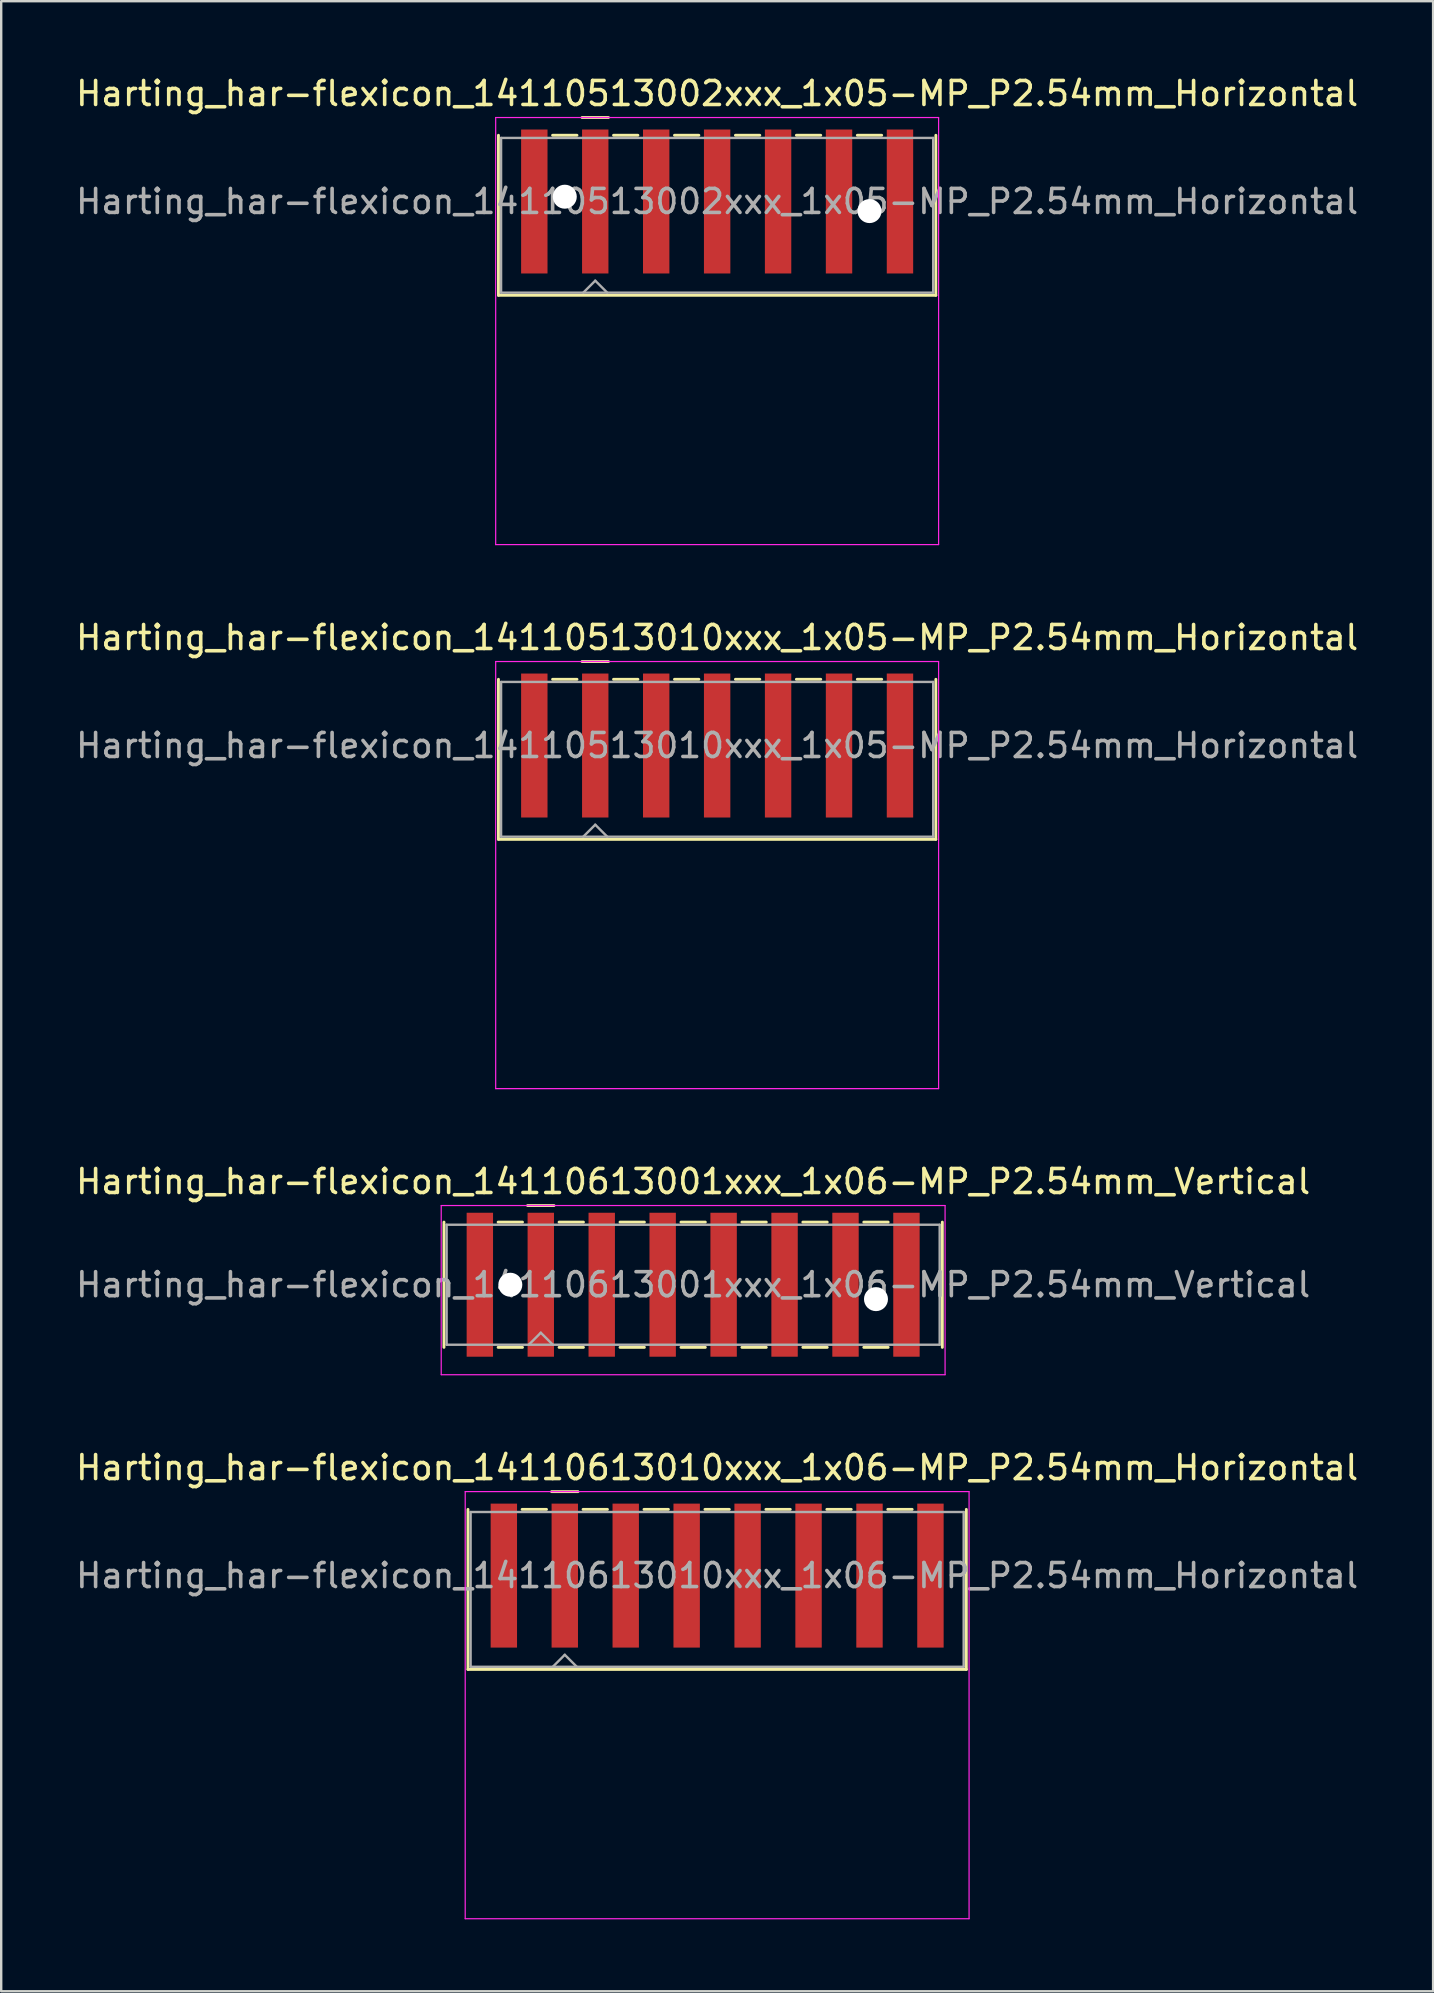
<source format=kicad_pcb>
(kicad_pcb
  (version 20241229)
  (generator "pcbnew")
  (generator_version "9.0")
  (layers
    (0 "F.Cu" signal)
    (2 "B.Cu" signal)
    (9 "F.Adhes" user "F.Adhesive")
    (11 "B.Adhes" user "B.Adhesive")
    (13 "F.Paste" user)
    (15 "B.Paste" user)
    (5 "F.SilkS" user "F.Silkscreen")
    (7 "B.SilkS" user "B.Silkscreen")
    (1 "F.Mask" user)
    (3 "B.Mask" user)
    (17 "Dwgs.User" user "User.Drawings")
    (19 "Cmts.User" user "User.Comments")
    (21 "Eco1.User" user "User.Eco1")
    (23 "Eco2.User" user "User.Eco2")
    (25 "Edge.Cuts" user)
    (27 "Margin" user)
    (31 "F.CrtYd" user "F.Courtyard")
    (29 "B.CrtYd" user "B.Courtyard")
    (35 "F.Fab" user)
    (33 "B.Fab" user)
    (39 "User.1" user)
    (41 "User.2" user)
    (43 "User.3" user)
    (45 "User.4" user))
  (footprint "Harting_har-flexicon_14110613010xxx_1x06-MP_P2.54mm_Horizontal"
    (layer "F.Cu")
    (at 26.839 63.918)
    (property "Reference" "Harting_har-flexicon_14110613010xxx_1x06-MP_P2.54mm_Horizontal" (at 0 -5.8 0) (layer "F.SilkS") (effects (font (size 1 1) (thickness 0.15))))
    (attr smd)
    (fp_line (start -10.385 -4.06) (end -10.385 2.61) (stroke (width 0.12) (type solid)) (layer "F.SilkS"))
    (fp_line (start -8.128 -4.06) (end -7.112 -4.06) (stroke (width 0.12) (type solid)) (layer "F.SilkS"))
    (fp_line (start -6.9 -4.8) (end -5.8 -4.8) (stroke (width 0.12) (type solid)) (layer "F.SilkS"))
    (fp_line (start -5.588 -4.06) (end -4.572 -4.06) (stroke (width 0.12) (type solid)) (layer "F.SilkS"))
    (fp_line (start -3.048 -4.06) (end -2.032 -4.06) (stroke (width 0.12) (type solid)) (layer "F.SilkS"))
    (fp_line (start -0.508 -4.06) (end 0.508 -4.06) (stroke (width 0.12) (type solid)) (layer "F.SilkS"))
    (fp_line (start 2.032 -4.06) (end 3.048 -4.06) (stroke (width 0.12) (type solid)) (layer "F.SilkS"))
    (fp_line (start 4.572 -4.06) (end 5.588 -4.06) (stroke (width 0.12) (type solid)) (layer "F.SilkS"))
    (fp_line (start 7.112 -4.06) (end 8.128 -4.06) (stroke (width 0.12) (type solid)) (layer "F.SilkS"))
    (fp_line (start 10.385 -4.06) (end 10.385 2.61) (stroke (width 0.12) (type solid)) (layer "F.SilkS"))
    (fp_line (start 10.385 2.61) (end -10.385 2.61) (stroke (width 0.12) (type solid)) (layer "F.SilkS"))
    (fp_line (start -10.5 -4.8) (end -10.5 13) (stroke (width 0.05) (type solid)) (layer "F.CrtYd"))
    (fp_line (start -10.5 13) (end 10.5 13) (stroke (width 0.05) (type solid)) (layer "F.CrtYd"))
    (fp_line (start 10.5 -4.8) (end -10.5 -4.8) (stroke (width 0.05) (type solid)) (layer "F.CrtYd"))
    (fp_line (start 10.5 13) (end 10.5 -4.8) (stroke (width 0.05) (type solid)) (layer "F.CrtYd"))
    (fp_line (start -10.275 -3.95) (end -10.275 2.5) (stroke (width 0.1) (type solid)) (layer "F.Fab"))
    (fp_line (start -10.275 2.5) (end 10.275 2.5) (stroke (width 0.1) (type solid)) (layer "F.Fab"))
    (fp_line (start -6.85 2.5) (end -6.35 2) (stroke (width 0.1) (type solid)) (layer "F.Fab"))
    (fp_line (start -6.35 2) (end -5.85 2.5) (stroke (width 0.1) (type solid)) (layer "F.Fab"))
    (fp_line (start 10.275 -3.95) (end -10.275 -3.95) (stroke (width 0.1) (type solid)) (layer "F.Fab"))
    (fp_line (start 10.275 2.5) (end 10.275 -3.95) (stroke (width 0.1) (type solid)) (layer "F.Fab"))
    (fp_text user "${REFERENCE}" (at 0 -1.3 0) (layer "F.Fab") (effects (font (size 1 1) (thickness 0.15))))
    (pad "1" smd rect (at -6.35 -1.3) (size 1.1 6) (layers "F.Cu" "F.Mask" "F.Paste"))
    (pad "2" smd rect (at -3.81 -1.3) (size 1.1 6) (layers "F.Cu" "F.Mask" "F.Paste"))
    (pad "3" smd rect (at -1.27 -1.3) (size 1.1 6) (layers "F.Cu" "F.Mask" "F.Paste"))
    (pad "4" smd rect (at 1.27 -1.3) (size 1.1 6) (layers "F.Cu" "F.Mask" "F.Paste"))
    (pad "5" smd rect (at 3.81 -1.3) (size 1.1 6) (layers "F.Cu" "F.Mask" "F.Paste"))
    (pad "6" smd rect (at 6.35 -1.3) (size 1.1 6) (layers "F.Cu" "F.Mask" "F.Paste"))
    (pad "MP" smd rect (at -8.89 -1.3) (size 1.1 6) (layers "F.Cu" "F.Mask" "F.Paste"))
    (pad "MP" smd rect (at 8.89 -1.3) (size 1.1 6) (layers "F.Cu" "F.Mask" "F.Paste")))
  (footprint "Harting_har-flexicon_14110513002xxx_1x05-MP_P2.54mm_Horizontal"
    (layer "F.Cu")
    (at 26.839 6.648)
    (property "Reference" "Harting_har-flexicon_14110513002xxx_1x05-MP_P2.54mm_Horizontal" (at 0 -5.8 0) (layer "F.SilkS") (effects (font (size 1 1) (thickness 0.15))))
    (attr smd)
    (fp_line (start -9.115 -4.06) (end -9.115 2.61) (stroke (width 0.12) (type solid)) (layer "F.SilkS"))
    (fp_line (start -6.858 -4.06) (end -5.842 -4.06) (stroke (width 0.12) (type solid)) (layer "F.SilkS"))
    (fp_line (start -5.63 -4.8) (end -4.53 -4.8) (stroke (width 0.12) (type solid)) (layer "F.SilkS"))
    (fp_line (start -4.318 -4.06) (end -3.302 -4.06) (stroke (width 0.12) (type solid)) (layer "F.SilkS"))
    (fp_line (start -1.778 -4.06) (end -0.762 -4.06) (stroke (width 0.12) (type solid)) (layer "F.SilkS"))
    (fp_line (start 0.762 -4.06) (end 1.778 -4.06) (stroke (width 0.12) (type solid)) (layer "F.SilkS"))
    (fp_line (start 3.302 -4.06) (end 4.318 -4.06) (stroke (width 0.12) (type solid)) (layer "F.SilkS"))
    (fp_line (start 5.842 -4.06) (end 6.858 -4.06) (stroke (width 0.12) (type solid)) (layer "F.SilkS"))
    (fp_line (start 9.115 -4.06) (end 9.115 2.61) (stroke (width 0.12) (type solid)) (layer "F.SilkS"))
    (fp_line (start 9.115 2.61) (end -9.115 2.61) (stroke (width 0.12) (type solid)) (layer "F.SilkS"))
    (fp_line (start -9.23 -4.8) (end -9.23 13) (stroke (width 0.05) (type solid)) (layer "F.CrtYd"))
    (fp_line (start -9.23 13) (end 9.23 13) (stroke (width 0.05) (type solid)) (layer "F.CrtYd"))
    (fp_line (start 9.23 -4.8) (end -9.23 -4.8) (stroke (width 0.05) (type solid)) (layer "F.CrtYd"))
    (fp_line (start 9.23 13) (end 9.23 -4.8) (stroke (width 0.05) (type solid)) (layer "F.CrtYd"))
    (fp_line (start -9.005 -3.95) (end -9.005 2.5) (stroke (width 0.1) (type solid)) (layer "F.Fab"))
    (fp_line (start -9.005 2.5) (end 9.005 2.5) (stroke (width 0.1) (type solid)) (layer "F.Fab"))
    (fp_line (start -5.58 2.5) (end -5.08 2) (stroke (width 0.1) (type solid)) (layer "F.Fab"))
    (fp_line (start -5.08 2) (end -4.58 2.5) (stroke (width 0.1) (type solid)) (layer "F.Fab"))
    (fp_line (start 9.005 -3.95) (end -9.005 -3.95) (stroke (width 0.1) (type solid)) (layer "F.Fab"))
    (fp_line (start 9.005 2.5) (end 9.005 -3.95) (stroke (width 0.1) (type solid)) (layer "F.Fab"))
    (fp_text user "${REFERENCE}" (at 0 -1.3 0) (layer "F.Fab") (effects (font (size 1 1) (thickness 0.15))))
    (pad "" np_thru_hole circle (at -6.35 -1.5) (size 1 1) (drill 1) (layers "*.Cu" "*.Mask"))
    (pad "" np_thru_hole circle (at 6.35 -0.9) (size 1 1) (drill 1) (layers "*.Cu" "*.Mask"))
    (pad "1" smd rect (at -5.08 -1.3) (size 1.1 6) (layers "F.Cu" "F.Mask" "F.Paste"))
    (pad "2" smd rect (at -2.54 -1.3) (size 1.1 6) (layers "F.Cu" "F.Mask" "F.Paste"))
    (pad "3" smd rect (at 0 -1.3) (size 1.1 6) (layers "F.Cu" "F.Mask" "F.Paste"))
    (pad "4" smd rect (at 2.54 -1.3) (size 1.1 6) (layers "F.Cu" "F.Mask" "F.Paste"))
    (pad "5" smd rect (at 5.08 -1.3) (size 1.1 6) (layers "F.Cu" "F.Mask" "F.Paste"))
    (pad "MP" smd rect (at -7.62 -1.3) (size 1.1 6) (layers "F.Cu" "F.Mask" "F.Paste"))
    (pad "MP" smd rect (at 7.62 -1.3) (size 1.1 6) (layers "F.Cu" "F.Mask" "F.Paste")))
  (footprint "Harting_har-flexicon_14110513010xxx_1x05-MP_P2.54mm_Horizontal"
    (layer "F.Cu")
    (at 26.839 29.322)
    (property "Reference" "Harting_har-flexicon_14110513010xxx_1x05-MP_P2.54mm_Horizontal" (at 0 -5.8 0) (layer "F.SilkS") (effects (font (size 1 1) (thickness 0.15))))
    (attr smd)
    (fp_line (start -9.115 -4.06) (end -9.115 2.61) (stroke (width 0.12) (type solid)) (layer "F.SilkS"))
    (fp_line (start -6.858 -4.06) (end -5.842 -4.06) (stroke (width 0.12) (type solid)) (layer "F.SilkS"))
    (fp_line (start -5.63 -4.8) (end -4.53 -4.8) (stroke (width 0.12) (type solid)) (layer "F.SilkS"))
    (fp_line (start -4.318 -4.06) (end -3.302 -4.06) (stroke (width 0.12) (type solid)) (layer "F.SilkS"))
    (fp_line (start -1.778 -4.06) (end -0.762 -4.06) (stroke (width 0.12) (type solid)) (layer "F.SilkS"))
    (fp_line (start 0.762 -4.06) (end 1.778 -4.06) (stroke (width 0.12) (type solid)) (layer "F.SilkS"))
    (fp_line (start 3.302 -4.06) (end 4.318 -4.06) (stroke (width 0.12) (type solid)) (layer "F.SilkS"))
    (fp_line (start 5.842 -4.06) (end 6.858 -4.06) (stroke (width 0.12) (type solid)) (layer "F.SilkS"))
    (fp_line (start 9.115 -4.06) (end 9.115 2.61) (stroke (width 0.12) (type solid)) (layer "F.SilkS"))
    (fp_line (start 9.115 2.61) (end -9.115 2.61) (stroke (width 0.12) (type solid)) (layer "F.SilkS"))
    (fp_line (start -9.23 -4.8) (end -9.23 13) (stroke (width 0.05) (type solid)) (layer "F.CrtYd"))
    (fp_line (start -9.23 13) (end 9.23 13) (stroke (width 0.05) (type solid)) (layer "F.CrtYd"))
    (fp_line (start 9.23 -4.8) (end -9.23 -4.8) (stroke (width 0.05) (type solid)) (layer "F.CrtYd"))
    (fp_line (start 9.23 13) (end 9.23 -4.8) (stroke (width 0.05) (type solid)) (layer "F.CrtYd"))
    (fp_line (start -9.005 -3.95) (end -9.005 2.5) (stroke (width 0.1) (type solid)) (layer "F.Fab"))
    (fp_line (start -9.005 2.5) (end 9.005 2.5) (stroke (width 0.1) (type solid)) (layer "F.Fab"))
    (fp_line (start -5.58 2.5) (end -5.08 2) (stroke (width 0.1) (type solid)) (layer "F.Fab"))
    (fp_line (start -5.08 2) (end -4.58 2.5) (stroke (width 0.1) (type solid)) (layer "F.Fab"))
    (fp_line (start 9.005 -3.95) (end -9.005 -3.95) (stroke (width 0.1) (type solid)) (layer "F.Fab"))
    (fp_line (start 9.005 2.5) (end 9.005 -3.95) (stroke (width 0.1) (type solid)) (layer "F.Fab"))
    (fp_text user "${REFERENCE}" (at 0 -1.3 0) (layer "F.Fab") (effects (font (size 1 1) (thickness 0.15))))
    (pad "1" smd rect (at -5.08 -1.3) (size 1.1 6) (layers "F.Cu" "F.Mask" "F.Paste"))
    (pad "2" smd rect (at -2.54 -1.3) (size 1.1 6) (layers "F.Cu" "F.Mask" "F.Paste"))
    (pad "3" smd rect (at 0 -1.3) (size 1.1 6) (layers "F.Cu" "F.Mask" "F.Paste"))
    (pad "4" smd rect (at 2.54 -1.3) (size 1.1 6) (layers "F.Cu" "F.Mask" "F.Paste"))
    (pad "5" smd rect (at 5.08 -1.3) (size 1.1 6) (layers "F.Cu" "F.Mask" "F.Paste"))
    (pad "MP" smd rect (at -7.62 -1.3) (size 1.1 6) (layers "F.Cu" "F.Mask" "F.Paste"))
    (pad "MP" smd rect (at 7.62 -1.3) (size 1.1 6) (layers "F.Cu" "F.Mask" "F.Paste")))
  (footprint "Harting_har-flexicon_14110613001xxx_1x06-MP_P2.54mm_Vertical"
    (layer "F.Cu")
    (at 25.839 50.495)
    (property "Reference" "Harting_har-flexicon_14110613001xxx_1x06-MP_P2.54mm_Vertical" (at 0 -4.3 0) (layer "F.SilkS") (effects (font (size 1 1) (thickness 0.15))))
    (attr smd)
    (fp_line (start -10.385 -2.61) (end -10.385 2.61) (stroke (width 0.12) (type solid)) (layer "F.SilkS"))
    (fp_line (start -8.128 -2.61) (end -7.112 -2.61) (stroke (width 0.12) (type solid)) (layer "F.SilkS"))
    (fp_line (start -8.128 2.61) (end -7.112 2.61) (stroke (width 0.12) (type solid)) (layer "F.SilkS"))
    (fp_line (start -6.9 -3.3) (end -5.8 -3.3) (stroke (width 0.12) (type solid)) (layer "F.SilkS"))
    (fp_line (start -5.588 -2.61) (end -4.572 -2.61) (stroke (width 0.12) (type solid)) (layer "F.SilkS"))
    (fp_line (start -5.588 2.61) (end -4.572 2.61) (stroke (width 0.12) (type solid)) (layer "F.SilkS"))
    (fp_line (start -3.048 -2.61) (end -2.032 -2.61) (stroke (width 0.12) (type solid)) (layer "F.SilkS"))
    (fp_line (start -3.048 2.61) (end -2.032 2.61) (stroke (width 0.12) (type solid)) (layer "F.SilkS"))
    (fp_line (start -0.508 -2.61) (end 0.508 -2.61) (stroke (width 0.12) (type solid)) (layer "F.SilkS"))
    (fp_line (start -0.508 2.61) (end 0.508 2.61) (stroke (width 0.12) (type solid)) (layer "F.SilkS"))
    (fp_line (start 2.032 -2.61) (end 3.048 -2.61) (stroke (width 0.12) (type solid)) (layer "F.SilkS"))
    (fp_line (start 2.032 2.61) (end 3.048 2.61) (stroke (width 0.12) (type solid)) (layer "F.SilkS"))
    (fp_line (start 4.572 -2.61) (end 5.588 -2.61) (stroke (width 0.12) (type solid)) (layer "F.SilkS"))
    (fp_line (start 4.572 2.61) (end 5.588 2.61) (stroke (width 0.12) (type solid)) (layer "F.SilkS"))
    (fp_line (start 7.112 -2.61) (end 8.128 -2.61) (stroke (width 0.12) (type solid)) (layer "F.SilkS"))
    (fp_line (start 7.112 2.61) (end 8.128 2.61) (stroke (width 0.12) (type solid)) (layer "F.SilkS"))
    (fp_line (start 10.385 -2.61) (end 10.385 2.61) (stroke (width 0.12) (type solid)) (layer "F.SilkS"))
    (fp_line (start -10.5 -3.3) (end -10.5 3.75) (stroke (width 0.05) (type solid)) (layer "F.CrtYd"))
    (fp_line (start -10.5 3.75) (end 10.5 3.75) (stroke (width 0.05) (type solid)) (layer "F.CrtYd"))
    (fp_line (start 10.5 -3.3) (end -10.5 -3.3) (stroke (width 0.05) (type solid)) (layer "F.CrtYd"))
    (fp_line (start 10.5 3.75) (end 10.5 -3.3) (stroke (width 0.05) (type solid)) (layer "F.CrtYd"))
    (fp_line (start -10.275 -2.5) (end -10.275 2.5) (stroke (width 0.1) (type solid)) (layer "F.Fab"))
    (fp_line (start -10.275 2.5) (end 10.275 2.5) (stroke (width 0.1) (type solid)) (layer "F.Fab"))
    (fp_line (start -6.85 2.5) (end -6.35 2) (stroke (width 0.1) (type solid)) (layer "F.Fab"))
    (fp_line (start -6.35 2) (end -5.85 2.5) (stroke (width 0.1) (type solid)) (layer "F.Fab"))
    (fp_line (start 10.275 -2.5) (end -10.275 -2.5) (stroke (width 0.1) (type solid)) (layer "F.Fab"))
    (fp_line (start 10.275 2.5) (end 10.275 -2.5) (stroke (width 0.1) (type solid)) (layer "F.Fab"))
    (fp_text user "${REFERENCE}" (at 0 0 0) (layer "F.Fab") (effects (font (size 1 1) (thickness 0.15))))
    (pad "" np_thru_hole circle (at -7.62 0) (size 1 1) (drill 1) (layers "*.Cu" "*.Mask"))
    (pad "" np_thru_hole circle (at 7.62 0.6) (size 1 1) (drill 1) (layers "*.Cu" "*.Mask"))
    (pad "1" smd rect (at -6.35 0) (size 1.1 6) (layers "F.Cu" "F.Mask" "F.Paste"))
    (pad "2" smd rect (at -3.81 0) (size 1.1 6) (layers "F.Cu" "F.Mask" "F.Paste"))
    (pad "3" smd rect (at -1.27 0) (size 1.1 6) (layers "F.Cu" "F.Mask" "F.Paste"))
    (pad "4" smd rect (at 1.27 0) (size 1.1 6) (layers "F.Cu" "F.Mask" "F.Paste"))
    (pad "5" smd rect (at 3.81 0) (size 1.1 6) (layers "F.Cu" "F.Mask" "F.Paste"))
    (pad "6" smd rect (at 6.35 0) (size 1.1 6) (layers "F.Cu" "F.Mask" "F.Paste"))
    (pad "MP" smd rect (at -8.89 0) (size 1.1 6) (layers "F.Cu" "F.Mask" "F.Paste"))
    (pad "MP" smd rect (at 8.89 0) (size 1.1 6) (layers "F.Cu" "F.Mask" "F.Paste")))
  (gr_rect
    (start -3 -3)
    (end 56.679 79.943)
    (stroke (width 0.1) (type default))
    (fill no)
    (layer "Edge.Cuts")))
</source>
